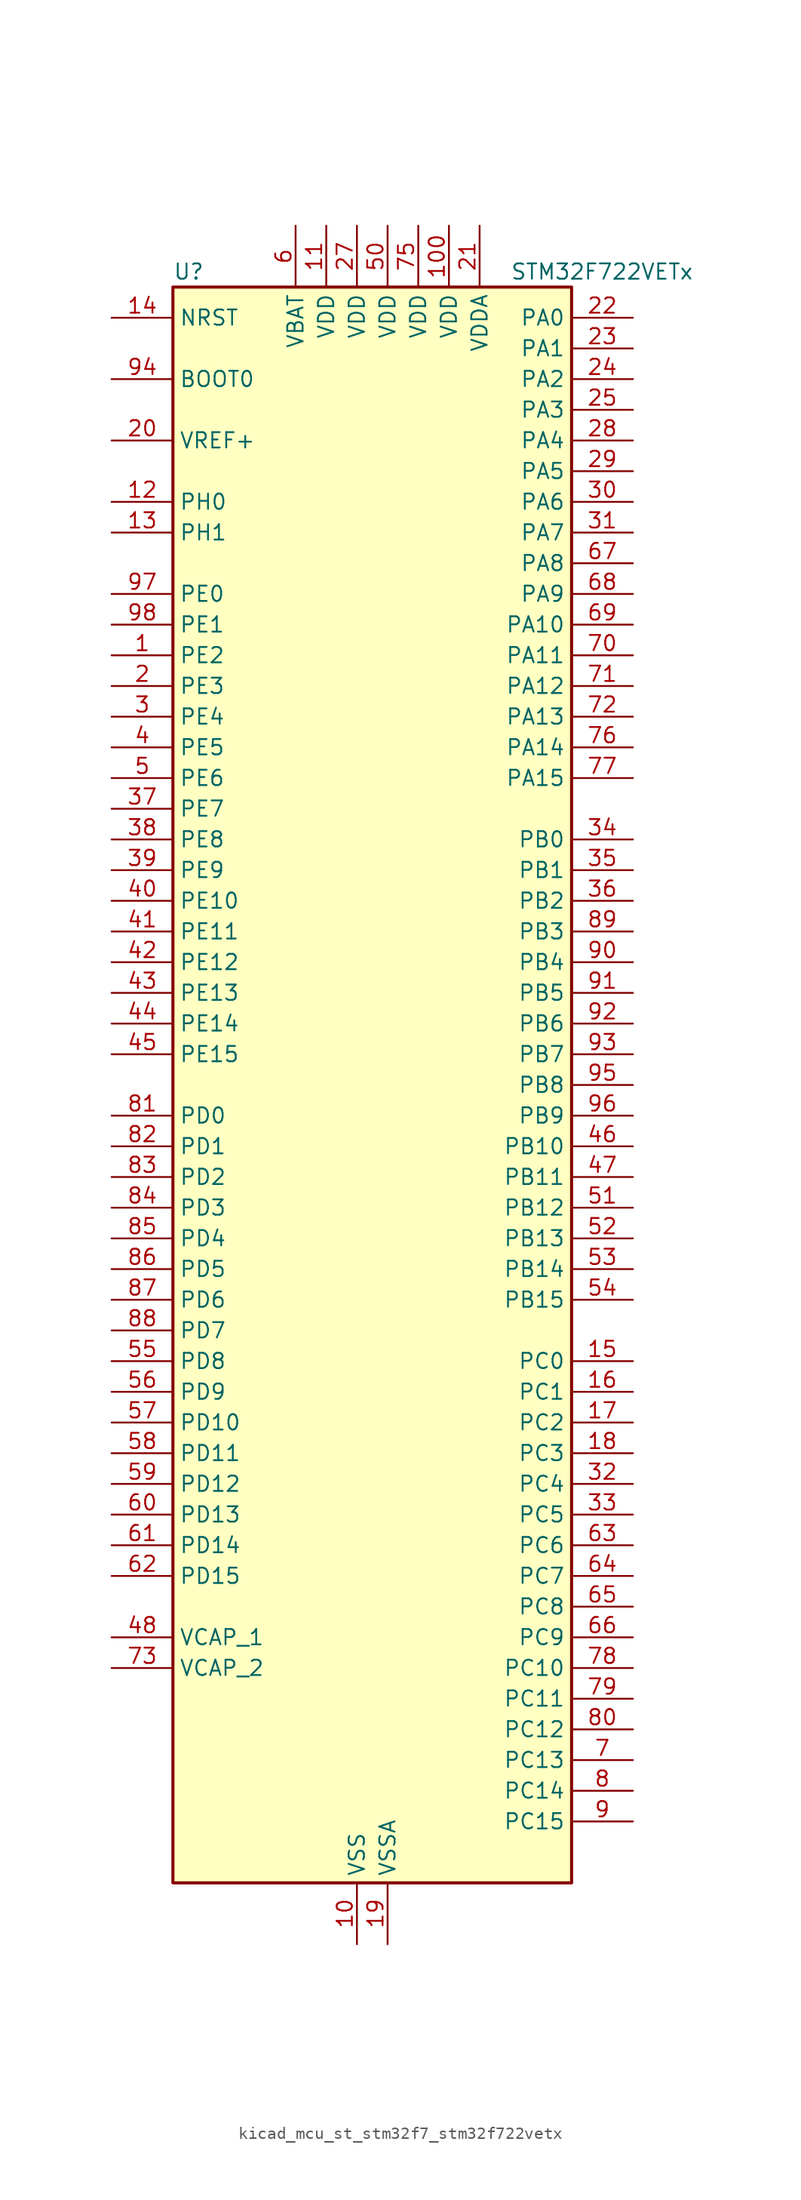
<source format=kicad_sym>
(kicad_symbol_lib
  (version 20220914)
  (generator kicad_symbol_editor)
  (symbol "kicad_mcu_st_stm32f7_stm32f722vetx"
    (property "Reference" "U"
      (at -15.24 67.31 0)
      (effects (font (size 1.27 1.27)) (justify left)))
    (property "Value" "STM32F722VETx"
      (at 12.7 67.31 0)
      (effects (font (size 1.27 1.27)) (justify left)))
    (property "ki_locked" ""
      (at 0 0 0)
      (effects (font (size 1.27 1.27))))
    (symbol "kicad_mcu_st_stm32f7_stm32f722vetx_0_1"
      (rectangle (start -15.24 -66.04) (end 17.78 66.04) (stroke (width 0.254) (type default)) (fill (type background))))
    (symbol "kicad_mcu_st_stm32f7_stm32f722vetx_1_1"
      (pin bidirectional line (at -20.32 35.56 0) (length 5.08) (name "PE2" (effects (font (size 1.27 1.27)))) (number "1" (effects (font (size 1.27 1.27)))) (alternate "FMC_A23" bidirectional line) (alternate "QUADSPI_BK1_IO2" bidirectional line) (alternate "SAI1_MCLK_A" bidirectional line) (alternate "SPI4_SCK" bidirectional line) (alternate "SYS_TRACECLK" bidirectional line))
      (pin power_in line (at 0 -71.12 90) (length 5.08) (name "VSS" (effects (font (size 1.27 1.27)))) (number "10" (effects (font (size 1.27 1.27)))))
      (pin power_in line (at 7.62 71.12 270) (length 5.08) (name "VDD" (effects (font (size 1.27 1.27)))) (number "100" (effects (font (size 1.27 1.27)))))
      (pin power_in line (at -2.54 71.12 270) (length 5.08) (name "VDD" (effects (font (size 1.27 1.27)))) (number "11" (effects (font (size 1.27 1.27)))))
      (pin bidirectional line (at -20.32 48.26 0) (length 5.08) (name "PH0" (effects (font (size 1.27 1.27)))) (number "12" (effects (font (size 1.27 1.27)))) (alternate "RCC_OSC_IN" bidirectional line))
      (pin bidirectional line (at -20.32 45.72 0) (length 5.08) (name "PH1" (effects (font (size 1.27 1.27)))) (number "13" (effects (font (size 1.27 1.27)))) (alternate "RCC_OSC_OUT" bidirectional line))
      (pin input line (at -20.32 63.5 0) (length 5.08) (name "NRST" (effects (font (size 1.27 1.27)))) (number "14" (effects (font (size 1.27 1.27)))))
      (pin bidirectional line (at 22.86 -22.86 180) (length 5.08) (name "PC0" (effects (font (size 1.27 1.27)))) (number "15" (effects (font (size 1.27 1.27)))) (alternate "ADC1_IN10" bidirectional line) (alternate "ADC2_IN10" bidirectional line) (alternate "ADC3_IN10" bidirectional line) (alternate "FMC_SDNWE" bidirectional line) (alternate "SAI2_FS_B" bidirectional line) (alternate "USB_OTG_HS_ULPI_STP" bidirectional line))
      (pin bidirectional line (at 22.86 -25.4 180) (length 5.08) (name "PC1" (effects (font (size 1.27 1.27)))) (number "16" (effects (font (size 1.27 1.27)))) (alternate "ADC1_IN11" bidirectional line) (alternate "ADC2_IN11" bidirectional line) (alternate "ADC3_IN11" bidirectional line) (alternate "I2S2_SD" bidirectional line) (alternate "RTC_TAMP3" bidirectional line) (alternate "RTC_TS" bidirectional line) (alternate "SAI1_SD_A" bidirectional line) (alternate "SPI2_MOSI" bidirectional line) (alternate "SYS_TRACED0" bidirectional line) (alternate "SYS_WKUP3" bidirectional line))
      (pin bidirectional line (at 22.86 -27.94 180) (length 5.08) (name "PC2" (effects (font (size 1.27 1.27)))) (number "17" (effects (font (size 1.27 1.27)))) (alternate "ADC1_IN12" bidirectional line) (alternate "ADC2_IN12" bidirectional line) (alternate "ADC3_IN12" bidirectional line) (alternate "FMC_SDNE0" bidirectional line) (alternate "SPI2_MISO" bidirectional line) (alternate "USB_OTG_HS_ULPI_DIR" bidirectional line))
      (pin bidirectional line (at 22.86 -30.48 180) (length 5.08) (name "PC3" (effects (font (size 1.27 1.27)))) (number "18" (effects (font (size 1.27 1.27)))) (alternate "ADC1_IN13" bidirectional line) (alternate "ADC2_IN13" bidirectional line) (alternate "ADC3_IN13" bidirectional line) (alternate "FMC_SDCKE0" bidirectional line) (alternate "I2S2_SD" bidirectional line) (alternate "SPI2_MOSI" bidirectional line) (alternate "USB_OTG_HS_ULPI_NXT" bidirectional line))
      (pin power_in line (at 2.54 -71.12 90) (length 5.08) (name "VSSA" (effects (font (size 1.27 1.27)))) (number "19" (effects (font (size 1.27 1.27)))))
      (pin bidirectional line (at -20.32 33.02 0) (length 5.08) (name "PE3" (effects (font (size 1.27 1.27)))) (number "2" (effects (font (size 1.27 1.27)))) (alternate "FMC_A19" bidirectional line) (alternate "SAI1_SD_B" bidirectional line) (alternate "SYS_TRACED0" bidirectional line))
      (pin input line (at -20.32 53.34 0) (length 5.08) (name "VREF+" (effects (font (size 1.27 1.27)))) (number "20" (effects (font (size 1.27 1.27)))))
      (pin power_in line (at 10.16 71.12 270) (length 5.08) (name "VDDA" (effects (font (size 1.27 1.27)))) (number "21" (effects (font (size 1.27 1.27)))))
      (pin bidirectional line (at 22.86 63.5 180) (length 5.08) (name "PA0" (effects (font (size 1.27 1.27)))) (number "22" (effects (font (size 1.27 1.27)))) (alternate "ADC1_IN0" bidirectional line) (alternate "ADC2_IN0" bidirectional line) (alternate "ADC3_IN0" bidirectional line) (alternate "SAI2_SD_B" bidirectional line) (alternate "SYS_WKUP1" bidirectional line) (alternate "TIM2_CH1" bidirectional line) (alternate "TIM2_ETR" bidirectional line) (alternate "TIM5_CH1" bidirectional line) (alternate "TIM8_ETR" bidirectional line) (alternate "UART4_TX" bidirectional line) (alternate "USART2_CTS" bidirectional line))
      (pin bidirectional line (at 22.86 60.96 180) (length 5.08) (name "PA1" (effects (font (size 1.27 1.27)))) (number "23" (effects (font (size 1.27 1.27)))) (alternate "ADC1_IN1" bidirectional line) (alternate "ADC2_IN1" bidirectional line) (alternate "ADC3_IN1" bidirectional line) (alternate "QUADSPI_BK1_IO3" bidirectional line) (alternate "SAI2_MCLK_B" bidirectional line) (alternate "TIM2_CH2" bidirectional line) (alternate "TIM5_CH2" bidirectional line) (alternate "UART4_RX" bidirectional line) (alternate "USART2_DE" bidirectional line) (alternate "USART2_RTS" bidirectional line))
      (pin bidirectional line (at 22.86 58.42 180) (length 5.08) (name "PA2" (effects (font (size 1.27 1.27)))) (number "24" (effects (font (size 1.27 1.27)))) (alternate "ADC1_IN2" bidirectional line) (alternate "ADC2_IN2" bidirectional line) (alternate "ADC3_IN2" bidirectional line) (alternate "SAI2_SCK_B" bidirectional line) (alternate "SYS_WKUP2" bidirectional line) (alternate "TIM2_CH3" bidirectional line) (alternate "TIM5_CH3" bidirectional line) (alternate "TIM9_CH1" bidirectional line) (alternate "USART2_TX" bidirectional line))
      (pin bidirectional line (at 22.86 55.88 180) (length 5.08) (name "PA3" (effects (font (size 1.27 1.27)))) (number "25" (effects (font (size 1.27 1.27)))) (alternate "ADC1_IN3" bidirectional line) (alternate "ADC2_IN3" bidirectional line) (alternate "ADC3_IN3" bidirectional line) (alternate "TIM2_CH4" bidirectional line) (alternate "TIM5_CH4" bidirectional line) (alternate "TIM9_CH2" bidirectional line) (alternate "USART2_RX" bidirectional line) (alternate "USB_OTG_HS_ULPI_D0" bidirectional line))
      (pin passive line (at 0 -71.12 90) (length 5.08) hide (name "VSS" (effects (font (size 1.27 1.27)))) (number "26" (effects (font (size 1.27 1.27)))))
      (pin power_in line (at 0 71.12 270) (length 5.08) (name "VDD" (effects (font (size 1.27 1.27)))) (number "27" (effects (font (size 1.27 1.27)))))
      (pin bidirectional line (at 22.86 53.34 180) (length 5.08) (name "PA4" (effects (font (size 1.27 1.27)))) (number "28" (effects (font (size 1.27 1.27)))) (alternate "ADC1_IN4" bidirectional line) (alternate "ADC2_IN4" bidirectional line) (alternate "DAC_OUT1" bidirectional line) (alternate "I2S1_WS" bidirectional line) (alternate "I2S3_WS" bidirectional line) (alternate "SPI1_NSS" bidirectional line) (alternate "SPI3_NSS" bidirectional line) (alternate "USART2_CK" bidirectional line) (alternate "USB_OTG_HS_SOF" bidirectional line))
      (pin bidirectional line (at 22.86 50.8 180) (length 5.08) (name "PA5" (effects (font (size 1.27 1.27)))) (number "29" (effects (font (size 1.27 1.27)))) (alternate "ADC1_IN5" bidirectional line) (alternate "ADC2_IN5" bidirectional line) (alternate "DAC_OUT2" bidirectional line) (alternate "I2S1_CK" bidirectional line) (alternate "SPI1_SCK" bidirectional line) (alternate "TIM2_CH1" bidirectional line) (alternate "TIM2_ETR" bidirectional line) (alternate "TIM8_CH1N" bidirectional line) (alternate "USB_OTG_HS_ULPI_CK" bidirectional line))
      (pin bidirectional line (at -20.32 30.48 0) (length 5.08) (name "PE4" (effects (font (size 1.27 1.27)))) (number "3" (effects (font (size 1.27 1.27)))) (alternate "FMC_A20" bidirectional line) (alternate "SAI1_FS_A" bidirectional line) (alternate "SPI4_NSS" bidirectional line) (alternate "SYS_TRACED1" bidirectional line))
      (pin bidirectional line (at 22.86 48.26 180) (length 5.08) (name "PA6" (effects (font (size 1.27 1.27)))) (number "30" (effects (font (size 1.27 1.27)))) (alternate "ADC1_IN6" bidirectional line) (alternate "ADC2_IN6" bidirectional line) (alternate "SPI1_MISO" bidirectional line) (alternate "TIM13_CH1" bidirectional line) (alternate "TIM1_BKIN" bidirectional line) (alternate "TIM3_CH1" bidirectional line) (alternate "TIM8_BKIN" bidirectional line))
      (pin bidirectional line (at 22.86 45.72 180) (length 5.08) (name "PA7" (effects (font (size 1.27 1.27)))) (number "31" (effects (font (size 1.27 1.27)))) (alternate "ADC1_IN7" bidirectional line) (alternate "ADC2_IN7" bidirectional line) (alternate "FMC_SDNWE" bidirectional line) (alternate "I2S1_SD" bidirectional line) (alternate "SPI1_MOSI" bidirectional line) (alternate "TIM14_CH1" bidirectional line) (alternate "TIM1_CH1N" bidirectional line) (alternate "TIM3_CH2" bidirectional line) (alternate "TIM8_CH1N" bidirectional line))
      (pin bidirectional line (at 22.86 -33.02 180) (length 5.08) (name "PC4" (effects (font (size 1.27 1.27)))) (number "32" (effects (font (size 1.27 1.27)))) (alternate "ADC1_IN14" bidirectional line) (alternate "ADC2_IN14" bidirectional line) (alternate "FMC_SDNE0" bidirectional line) (alternate "I2S1_MCK" bidirectional line))
      (pin bidirectional line (at 22.86 -35.56 180) (length 5.08) (name "PC5" (effects (font (size 1.27 1.27)))) (number "33" (effects (font (size 1.27 1.27)))) (alternate "ADC1_IN15" bidirectional line) (alternate "ADC2_IN15" bidirectional line) (alternate "FMC_SDCKE0" bidirectional line))
      (pin bidirectional line (at 22.86 20.32 180) (length 5.08) (name "PB0" (effects (font (size 1.27 1.27)))) (number "34" (effects (font (size 1.27 1.27)))) (alternate "ADC1_IN8" bidirectional line) (alternate "ADC2_IN8" bidirectional line) (alternate "TIM1_CH2N" bidirectional line) (alternate "TIM3_CH3" bidirectional line) (alternate "TIM8_CH2N" bidirectional line) (alternate "UART4_CTS" bidirectional line) (alternate "USB_OTG_HS_ULPI_D1" bidirectional line))
      (pin bidirectional line (at 22.86 17.78 180) (length 5.08) (name "PB1" (effects (font (size 1.27 1.27)))) (number "35" (effects (font (size 1.27 1.27)))) (alternate "ADC1_IN9" bidirectional line) (alternate "ADC2_IN9" bidirectional line) (alternate "TIM1_CH3N" bidirectional line) (alternate "TIM3_CH4" bidirectional line) (alternate "TIM8_CH3N" bidirectional line) (alternate "USB_OTG_HS_ULPI_D2" bidirectional line))
      (pin bidirectional line (at 22.86 15.24 180) (length 5.08) (name "PB2" (effects (font (size 1.27 1.27)))) (number "36" (effects (font (size 1.27 1.27)))) (alternate "I2S3_SD" bidirectional line) (alternate "QUADSPI_CLK" bidirectional line) (alternate "SAI1_SD_A" bidirectional line) (alternate "SPI3_MOSI" bidirectional line))
      (pin bidirectional line (at -20.32 22.86 0) (length 5.08) (name "PE7" (effects (font (size 1.27 1.27)))) (number "37" (effects (font (size 1.27 1.27)))) (alternate "FMC_D4" bidirectional line) (alternate "FMC_DA4" bidirectional line) (alternate "QUADSPI_BK2_IO0" bidirectional line) (alternate "TIM1_ETR" bidirectional line) (alternate "UART7_RX" bidirectional line))
      (pin bidirectional line (at -20.32 20.32 0) (length 5.08) (name "PE8" (effects (font (size 1.27 1.27)))) (number "38" (effects (font (size 1.27 1.27)))) (alternate "FMC_D5" bidirectional line) (alternate "FMC_DA5" bidirectional line) (alternate "QUADSPI_BK2_IO1" bidirectional line) (alternate "TIM1_CH1N" bidirectional line) (alternate "UART7_TX" bidirectional line))
      (pin bidirectional line (at -20.32 17.78 0) (length 5.08) (name "PE9" (effects (font (size 1.27 1.27)))) (number "39" (effects (font (size 1.27 1.27)))) (alternate "DAC_EXTI9" bidirectional line) (alternate "FMC_D6" bidirectional line) (alternate "FMC_DA6" bidirectional line) (alternate "QUADSPI_BK2_IO2" bidirectional line) (alternate "TIM1_CH1" bidirectional line) (alternate "UART7_DE" bidirectional line) (alternate "UART7_RTS" bidirectional line))
      (pin bidirectional line (at -20.32 27.94 0) (length 5.08) (name "PE5" (effects (font (size 1.27 1.27)))) (number "4" (effects (font (size 1.27 1.27)))) (alternate "FMC_A21" bidirectional line) (alternate "SAI1_SCK_A" bidirectional line) (alternate "SPI4_MISO" bidirectional line) (alternate "SYS_TRACED2" bidirectional line) (alternate "TIM9_CH1" bidirectional line))
      (pin bidirectional line (at -20.32 15.24 0) (length 5.08) (name "PE10" (effects (font (size 1.27 1.27)))) (number "40" (effects (font (size 1.27 1.27)))) (alternate "FMC_D7" bidirectional line) (alternate "FMC_DA7" bidirectional line) (alternate "QUADSPI_BK2_IO3" bidirectional line) (alternate "TIM1_CH2N" bidirectional line) (alternate "UART7_CTS" bidirectional line))
      (pin bidirectional line (at -20.32 12.7 0) (length 5.08) (name "PE11" (effects (font (size 1.27 1.27)))) (number "41" (effects (font (size 1.27 1.27)))) (alternate "ADC1_EXTI11" bidirectional line) (alternate "ADC2_EXTI11" bidirectional line) (alternate "ADC3_EXTI11" bidirectional line) (alternate "FMC_D8" bidirectional line) (alternate "FMC_DA8" bidirectional line) (alternate "SAI2_SD_B" bidirectional line) (alternate "SPI4_NSS" bidirectional line) (alternate "TIM1_CH2" bidirectional line))
      (pin bidirectional line (at -20.32 10.16 0) (length 5.08) (name "PE12" (effects (font (size 1.27 1.27)))) (number "42" (effects (font (size 1.27 1.27)))) (alternate "FMC_D9" bidirectional line) (alternate "FMC_DA9" bidirectional line) (alternate "SAI2_SCK_B" bidirectional line) (alternate "SPI4_SCK" bidirectional line) (alternate "TIM1_CH3N" bidirectional line))
      (pin bidirectional line (at -20.32 7.62 0) (length 5.08) (name "PE13" (effects (font (size 1.27 1.27)))) (number "43" (effects (font (size 1.27 1.27)))) (alternate "FMC_D10" bidirectional line) (alternate "FMC_DA10" bidirectional line) (alternate "SAI2_FS_B" bidirectional line) (alternate "SPI4_MISO" bidirectional line) (alternate "TIM1_CH3" bidirectional line))
      (pin bidirectional line (at -20.32 5.08 0) (length 5.08) (name "PE14" (effects (font (size 1.27 1.27)))) (number "44" (effects (font (size 1.27 1.27)))) (alternate "FMC_D11" bidirectional line) (alternate "FMC_DA11" bidirectional line) (alternate "SAI2_MCLK_B" bidirectional line) (alternate "SPI4_MOSI" bidirectional line) (alternate "TIM1_CH4" bidirectional line))
      (pin bidirectional line (at -20.32 2.54 0) (length 5.08) (name "PE15" (effects (font (size 1.27 1.27)))) (number "45" (effects (font (size 1.27 1.27)))) (alternate "FMC_D12" bidirectional line) (alternate "FMC_DA12" bidirectional line) (alternate "TIM1_BKIN" bidirectional line))
      (pin bidirectional line (at 22.86 -5.08 180) (length 5.08) (name "PB10" (effects (font (size 1.27 1.27)))) (number "46" (effects (font (size 1.27 1.27)))) (alternate "I2C2_SCL" bidirectional line) (alternate "I2S2_CK" bidirectional line) (alternate "SPI2_SCK" bidirectional line) (alternate "TIM2_CH3" bidirectional line) (alternate "USART3_TX" bidirectional line) (alternate "USB_OTG_HS_ULPI_D3" bidirectional line))
      (pin bidirectional line (at 22.86 -7.62 180) (length 5.08) (name "PB11" (effects (font (size 1.27 1.27)))) (number "47" (effects (font (size 1.27 1.27)))) (alternate "ADC1_EXTI11" bidirectional line) (alternate "ADC2_EXTI11" bidirectional line) (alternate "ADC3_EXTI11" bidirectional line) (alternate "I2C2_SDA" bidirectional line) (alternate "TIM2_CH4" bidirectional line) (alternate "USART3_RX" bidirectional line) (alternate "USB_OTG_HS_ULPI_D4" bidirectional line))
      (pin power_out line (at -20.32 -45.72 0) (length 5.08) (name "VCAP_1" (effects (font (size 1.27 1.27)))) (number "48" (effects (font (size 1.27 1.27)))))
      (pin passive line (at 0 -71.12 90) (length 5.08) hide (name "VSS" (effects (font (size 1.27 1.27)))) (number "49" (effects (font (size 1.27 1.27)))))
      (pin bidirectional line (at -20.32 25.4 0) (length 5.08) (name "PE6" (effects (font (size 1.27 1.27)))) (number "5" (effects (font (size 1.27 1.27)))) (alternate "FMC_A22" bidirectional line) (alternate "SAI1_SD_A" bidirectional line) (alternate "SAI2_MCLK_B" bidirectional line) (alternate "SPI4_MOSI" bidirectional line) (alternate "SYS_TRACED3" bidirectional line) (alternate "TIM1_BKIN2" bidirectional line) (alternate "TIM9_CH2" bidirectional line))
      (pin power_in line (at 2.54 71.12 270) (length 5.08) (name "VDD" (effects (font (size 1.27 1.27)))) (number "50" (effects (font (size 1.27 1.27)))))
      (pin bidirectional line (at 22.86 -10.16 180) (length 5.08) (name "PB12" (effects (font (size 1.27 1.27)))) (number "51" (effects (font (size 1.27 1.27)))) (alternate "I2C2_SMBA" bidirectional line) (alternate "I2S2_WS" bidirectional line) (alternate "SPI2_NSS" bidirectional line) (alternate "TIM1_BKIN" bidirectional line) (alternate "USART3_CK" bidirectional line) (alternate "USB_OTG_HS_ID" bidirectional line) (alternate "USB_OTG_HS_ULPI_D5" bidirectional line))
      (pin bidirectional line (at 22.86 -12.7 180) (length 5.08) (name "PB13" (effects (font (size 1.27 1.27)))) (number "52" (effects (font (size 1.27 1.27)))) (alternate "I2S2_CK" bidirectional line) (alternate "SPI2_SCK" bidirectional line) (alternate "TIM1_CH1N" bidirectional line) (alternate "USART3_CTS" bidirectional line) (alternate "USB_OTG_HS_ULPI_D6" bidirectional line) (alternate "USB_OTG_HS_VBUS" bidirectional line))
      (pin bidirectional line (at 22.86 -15.24 180) (length 5.08) (name "PB14" (effects (font (size 1.27 1.27)))) (number "53" (effects (font (size 1.27 1.27)))) (alternate "SDMMC2_D0" bidirectional line) (alternate "SPI2_MISO" bidirectional line) (alternate "TIM12_CH1" bidirectional line) (alternate "TIM1_CH2N" bidirectional line) (alternate "TIM8_CH2N" bidirectional line) (alternate "USART3_DE" bidirectional line) (alternate "USART3_RTS" bidirectional line) (alternate "USB_OTG_HS_DM" bidirectional line))
      (pin bidirectional line (at 22.86 -17.78 180) (length 5.08) (name "PB15" (effects (font (size 1.27 1.27)))) (number "54" (effects (font (size 1.27 1.27)))) (alternate "I2S2_SD" bidirectional line) (alternate "RTC_REFIN" bidirectional line) (alternate "SDMMC2_D1" bidirectional line) (alternate "SPI2_MOSI" bidirectional line) (alternate "TIM12_CH2" bidirectional line) (alternate "TIM1_CH3N" bidirectional line) (alternate "TIM8_CH3N" bidirectional line) (alternate "USB_OTG_HS_DP" bidirectional line))
      (pin bidirectional line (at -20.32 -22.86 0) (length 5.08) (name "PD8" (effects (font (size 1.27 1.27)))) (number "55" (effects (font (size 1.27 1.27)))) (alternate "FMC_D13" bidirectional line) (alternate "FMC_DA13" bidirectional line) (alternate "USART3_TX" bidirectional line))
      (pin bidirectional line (at -20.32 -25.4 0) (length 5.08) (name "PD9" (effects (font (size 1.27 1.27)))) (number "56" (effects (font (size 1.27 1.27)))) (alternate "DAC_EXTI9" bidirectional line) (alternate "FMC_D14" bidirectional line) (alternate "FMC_DA14" bidirectional line) (alternate "USART3_RX" bidirectional line))
      (pin bidirectional line (at -20.32 -27.94 0) (length 5.08) (name "PD10" (effects (font (size 1.27 1.27)))) (number "57" (effects (font (size 1.27 1.27)))) (alternate "FMC_D15" bidirectional line) (alternate "FMC_DA15" bidirectional line) (alternate "USART3_CK" bidirectional line))
      (pin bidirectional line (at -20.32 -30.48 0) (length 5.08) (name "PD11" (effects (font (size 1.27 1.27)))) (number "58" (effects (font (size 1.27 1.27)))) (alternate "ADC1_EXTI11" bidirectional line) (alternate "ADC2_EXTI11" bidirectional line) (alternate "ADC3_EXTI11" bidirectional line) (alternate "FMC_A16" bidirectional line) (alternate "FMC_CLE" bidirectional line) (alternate "QUADSPI_BK1_IO0" bidirectional line) (alternate "SAI2_SD_A" bidirectional line) (alternate "USART3_CTS" bidirectional line))
      (pin bidirectional line (at -20.32 -33.02 0) (length 5.08) (name "PD12" (effects (font (size 1.27 1.27)))) (number "59" (effects (font (size 1.27 1.27)))) (alternate "FMC_A17" bidirectional line) (alternate "FMC_ALE" bidirectional line) (alternate "LPTIM1_IN1" bidirectional line) (alternate "QUADSPI_BK1_IO1" bidirectional line) (alternate "SAI2_FS_A" bidirectional line) (alternate "TIM4_CH1" bidirectional line) (alternate "USART3_DE" bidirectional line) (alternate "USART3_RTS" bidirectional line))
      (pin power_in line (at -5.08 71.12 270) (length 5.08) (name "VBAT" (effects (font (size 1.27 1.27)))) (number "6" (effects (font (size 1.27 1.27)))))
      (pin bidirectional line (at -20.32 -35.56 0) (length 5.08) (name "PD13" (effects (font (size 1.27 1.27)))) (number "60" (effects (font (size 1.27 1.27)))) (alternate "FMC_A18" bidirectional line) (alternate "LPTIM1_OUT" bidirectional line) (alternate "QUADSPI_BK1_IO3" bidirectional line) (alternate "SAI2_SCK_A" bidirectional line) (alternate "TIM4_CH2" bidirectional line))
      (pin bidirectional line (at -20.32 -38.1 0) (length 5.08) (name "PD14" (effects (font (size 1.27 1.27)))) (number "61" (effects (font (size 1.27 1.27)))) (alternate "FMC_D0" bidirectional line) (alternate "FMC_DA0" bidirectional line) (alternate "TIM4_CH3" bidirectional line) (alternate "UART8_CTS" bidirectional line))
      (pin bidirectional line (at -20.32 -40.64 0) (length 5.08) (name "PD15" (effects (font (size 1.27 1.27)))) (number "62" (effects (font (size 1.27 1.27)))) (alternate "FMC_D1" bidirectional line) (alternate "FMC_DA1" bidirectional line) (alternate "TIM4_CH4" bidirectional line) (alternate "UART8_DE" bidirectional line) (alternate "UART8_RTS" bidirectional line))
      (pin bidirectional line (at 22.86 -38.1 180) (length 5.08) (name "PC6" (effects (font (size 1.27 1.27)))) (number "63" (effects (font (size 1.27 1.27)))) (alternate "I2S2_MCK" bidirectional line) (alternate "SDMMC1_D6" bidirectional line) (alternate "SDMMC2_D6" bidirectional line) (alternate "TIM3_CH1" bidirectional line) (alternate "TIM8_CH1" bidirectional line) (alternate "USART6_TX" bidirectional line))
      (pin bidirectional line (at 22.86 -40.64 180) (length 5.08) (name "PC7" (effects (font (size 1.27 1.27)))) (number "64" (effects (font (size 1.27 1.27)))) (alternate "I2S3_MCK" bidirectional line) (alternate "SDMMC1_D7" bidirectional line) (alternate "SDMMC2_D7" bidirectional line) (alternate "TIM3_CH2" bidirectional line) (alternate "TIM8_CH2" bidirectional line) (alternate "USART6_RX" bidirectional line))
      (pin bidirectional line (at 22.86 -43.18 180) (length 5.08) (name "PC8" (effects (font (size 1.27 1.27)))) (number "65" (effects (font (size 1.27 1.27)))) (alternate "SDMMC1_D0" bidirectional line) (alternate "SYS_TRACED1" bidirectional line) (alternate "TIM3_CH3" bidirectional line) (alternate "TIM8_CH3" bidirectional line) (alternate "UART5_DE" bidirectional line) (alternate "UART5_RTS" bidirectional line) (alternate "USART6_CK" bidirectional line))
      (pin bidirectional line (at 22.86 -45.72 180) (length 5.08) (name "PC9" (effects (font (size 1.27 1.27)))) (number "66" (effects (font (size 1.27 1.27)))) (alternate "DAC_EXTI9" bidirectional line) (alternate "I2C3_SDA" bidirectional line) (alternate "I2S_CKIN" bidirectional line) (alternate "QUADSPI_BK1_IO0" bidirectional line) (alternate "RCC_MCO_2" bidirectional line) (alternate "SDMMC1_D1" bidirectional line) (alternate "TIM3_CH4" bidirectional line) (alternate "TIM8_CH4" bidirectional line) (alternate "UART5_CTS" bidirectional line))
      (pin bidirectional line (at 22.86 43.18 180) (length 5.08) (name "PA8" (effects (font (size 1.27 1.27)))) (number "67" (effects (font (size 1.27 1.27)))) (alternate "I2C3_SCL" bidirectional line) (alternate "RCC_MCO_1" bidirectional line) (alternate "TIM1_CH1" bidirectional line) (alternate "TIM8_BKIN2" bidirectional line) (alternate "USART1_CK" bidirectional line) (alternate "USB_OTG_FS_SOF" bidirectional line))
      (pin bidirectional line (at 22.86 40.64 180) (length 5.08) (name "PA9" (effects (font (size 1.27 1.27)))) (number "68" (effects (font (size 1.27 1.27)))) (alternate "DAC_EXTI9" bidirectional line) (alternate "I2C3_SMBA" bidirectional line) (alternate "I2S2_CK" bidirectional line) (alternate "SPI2_SCK" bidirectional line) (alternate "TIM1_CH2" bidirectional line) (alternate "USART1_TX" bidirectional line) (alternate "USB_OTG_FS_VBUS" bidirectional line))
      (pin bidirectional line (at 22.86 38.1 180) (length 5.08) (name "PA10" (effects (font (size 1.27 1.27)))) (number "69" (effects (font (size 1.27 1.27)))) (alternate "TIM1_CH3" bidirectional line) (alternate "USART1_RX" bidirectional line) (alternate "USB_OTG_FS_ID" bidirectional line))
      (pin bidirectional line (at 22.86 -55.88 180) (length 5.08) (name "PC13" (effects (font (size 1.27 1.27)))) (number "7" (effects (font (size 1.27 1.27)))) (alternate "RTC_OUT" bidirectional line) (alternate "RTC_TAMP1" bidirectional line) (alternate "RTC_TS" bidirectional line) (alternate "SYS_WKUP4" bidirectional line))
      (pin bidirectional line (at 22.86 35.56 180) (length 5.08) (name "PA11" (effects (font (size 1.27 1.27)))) (number "70" (effects (font (size 1.27 1.27)))) (alternate "ADC1_EXTI11" bidirectional line) (alternate "ADC2_EXTI11" bidirectional line) (alternate "ADC3_EXTI11" bidirectional line) (alternate "CAN1_RX" bidirectional line) (alternate "TIM1_CH4" bidirectional line) (alternate "USART1_CTS" bidirectional line) (alternate "USB_OTG_FS_DM" bidirectional line))
      (pin bidirectional line (at 22.86 33.02 180) (length 5.08) (name "PA12" (effects (font (size 1.27 1.27)))) (number "71" (effects (font (size 1.27 1.27)))) (alternate "CAN1_TX" bidirectional line) (alternate "SAI2_FS_B" bidirectional line) (alternate "TIM1_ETR" bidirectional line) (alternate "USART1_DE" bidirectional line) (alternate "USART1_RTS" bidirectional line) (alternate "USB_OTG_FS_DP" bidirectional line))
      (pin bidirectional line (at 22.86 30.48 180) (length 5.08) (name "PA13" (effects (font (size 1.27 1.27)))) (number "72" (effects (font (size 1.27 1.27)))) (alternate "SYS_JTMS-SWDIO" bidirectional line))
      (pin power_out line (at -20.32 -48.26 0) (length 5.08) (name "VCAP_2" (effects (font (size 1.27 1.27)))) (number "73" (effects (font (size 1.27 1.27)))))
      (pin passive line (at 0 -71.12 90) (length 5.08) hide (name "VSS" (effects (font (size 1.27 1.27)))) (number "74" (effects (font (size 1.27 1.27)))))
      (pin power_in line (at 5.08 71.12 270) (length 5.08) (name "VDD" (effects (font (size 1.27 1.27)))) (number "75" (effects (font (size 1.27 1.27)))))
      (pin bidirectional line (at 22.86 27.94 180) (length 5.08) (name "PA14" (effects (font (size 1.27 1.27)))) (number "76" (effects (font (size 1.27 1.27)))) (alternate "SYS_JTCK-SWCLK" bidirectional line))
      (pin bidirectional line (at 22.86 25.4 180) (length 5.08) (name "PA15" (effects (font (size 1.27 1.27)))) (number "77" (effects (font (size 1.27 1.27)))) (alternate "I2S1_WS" bidirectional line) (alternate "I2S3_WS" bidirectional line) (alternate "SPI1_NSS" bidirectional line) (alternate "SPI3_NSS" bidirectional line) (alternate "SYS_JTDI" bidirectional line) (alternate "TIM2_CH1" bidirectional line) (alternate "TIM2_ETR" bidirectional line) (alternate "UART4_DE" bidirectional line) (alternate "UART4_RTS" bidirectional line))
      (pin bidirectional line (at 22.86 -48.26 180) (length 5.08) (name "PC10" (effects (font (size 1.27 1.27)))) (number "78" (effects (font (size 1.27 1.27)))) (alternate "I2S3_CK" bidirectional line) (alternate "QUADSPI_BK1_IO1" bidirectional line) (alternate "SDMMC1_D2" bidirectional line) (alternate "SPI3_SCK" bidirectional line) (alternate "UART4_TX" bidirectional line) (alternate "USART3_TX" bidirectional line))
      (pin bidirectional line (at 22.86 -50.8 180) (length 5.08) (name "PC11" (effects (font (size 1.27 1.27)))) (number "79" (effects (font (size 1.27 1.27)))) (alternate "ADC1_EXTI11" bidirectional line) (alternate "ADC2_EXTI11" bidirectional line) (alternate "ADC3_EXTI11" bidirectional line) (alternate "QUADSPI_BK2_NCS" bidirectional line) (alternate "SDMMC1_D3" bidirectional line) (alternate "SPI3_MISO" bidirectional line) (alternate "UART4_RX" bidirectional line) (alternate "USART3_RX" bidirectional line))
      (pin bidirectional line (at 22.86 -58.42 180) (length 5.08) (name "PC14" (effects (font (size 1.27 1.27)))) (number "8" (effects (font (size 1.27 1.27)))) (alternate "RCC_OSC32_IN" bidirectional line))
      (pin bidirectional line (at 22.86 -53.34 180) (length 5.08) (name "PC12" (effects (font (size 1.27 1.27)))) (number "80" (effects (font (size 1.27 1.27)))) (alternate "I2S3_SD" bidirectional line) (alternate "SDMMC1_CK" bidirectional line) (alternate "SPI3_MOSI" bidirectional line) (alternate "SYS_TRACED3" bidirectional line) (alternate "UART5_TX" bidirectional line) (alternate "USART3_CK" bidirectional line))
      (pin bidirectional line (at -20.32 -2.54 0) (length 5.08) (name "PD0" (effects (font (size 1.27 1.27)))) (number "81" (effects (font (size 1.27 1.27)))) (alternate "CAN1_RX" bidirectional line) (alternate "FMC_D2" bidirectional line) (alternate "FMC_DA2" bidirectional line))
      (pin bidirectional line (at -20.32 -5.08 0) (length 5.08) (name "PD1" (effects (font (size 1.27 1.27)))) (number "82" (effects (font (size 1.27 1.27)))) (alternate "CAN1_TX" bidirectional line) (alternate "FMC_D3" bidirectional line) (alternate "FMC_DA3" bidirectional line))
      (pin bidirectional line (at -20.32 -7.62 0) (length 5.08) (name "PD2" (effects (font (size 1.27 1.27)))) (number "83" (effects (font (size 1.27 1.27)))) (alternate "SDMMC1_CMD" bidirectional line) (alternate "SYS_TRACED2" bidirectional line) (alternate "TIM3_ETR" bidirectional line) (alternate "UART5_RX" bidirectional line))
      (pin bidirectional line (at -20.32 -10.16 0) (length 5.08) (name "PD3" (effects (font (size 1.27 1.27)))) (number "84" (effects (font (size 1.27 1.27)))) (alternate "FMC_CLK" bidirectional line) (alternate "I2S2_CK" bidirectional line) (alternate "SPI2_SCK" bidirectional line) (alternate "USART2_CTS" bidirectional line))
      (pin bidirectional line (at -20.32 -12.7 0) (length 5.08) (name "PD4" (effects (font (size 1.27 1.27)))) (number "85" (effects (font (size 1.27 1.27)))) (alternate "FMC_NOE" bidirectional line) (alternate "USART2_DE" bidirectional line) (alternate "USART2_RTS" bidirectional line))
      (pin bidirectional line (at -20.32 -15.24 0) (length 5.08) (name "PD5" (effects (font (size 1.27 1.27)))) (number "86" (effects (font (size 1.27 1.27)))) (alternate "FMC_NWE" bidirectional line) (alternate "USART2_TX" bidirectional line))
      (pin bidirectional line (at -20.32 -17.78 0) (length 5.08) (name "PD6" (effects (font (size 1.27 1.27)))) (number "87" (effects (font (size 1.27 1.27)))) (alternate "FMC_NWAIT" bidirectional line) (alternate "I2S3_SD" bidirectional line) (alternate "SAI1_SD_A" bidirectional line) (alternate "SDMMC2_CK" bidirectional line) (alternate "SPI3_MOSI" bidirectional line) (alternate "USART2_RX" bidirectional line))
      (pin bidirectional line (at -20.32 -20.32 0) (length 5.08) (name "PD7" (effects (font (size 1.27 1.27)))) (number "88" (effects (font (size 1.27 1.27)))) (alternate "FMC_NE1" bidirectional line) (alternate "SDMMC2_CMD" bidirectional line) (alternate "USART2_CK" bidirectional line))
      (pin bidirectional line (at 22.86 12.7 180) (length 5.08) (name "PB3" (effects (font (size 1.27 1.27)))) (number "89" (effects (font (size 1.27 1.27)))) (alternate "I2S1_CK" bidirectional line) (alternate "I2S3_CK" bidirectional line) (alternate "SDMMC2_D2" bidirectional line) (alternate "SPI1_SCK" bidirectional line) (alternate "SPI3_SCK" bidirectional line) (alternate "SYS_JTDO-SWO" bidirectional line) (alternate "TIM2_CH2" bidirectional line))
      (pin bidirectional line (at 22.86 -60.96 180) (length 5.08) (name "PC15" (effects (font (size 1.27 1.27)))) (number "9" (effects (font (size 1.27 1.27)))) (alternate "RCC_OSC32_OUT" bidirectional line))
      (pin bidirectional line (at 22.86 10.16 180) (length 5.08) (name "PB4" (effects (font (size 1.27 1.27)))) (number "90" (effects (font (size 1.27 1.27)))) (alternate "I2S2_WS" bidirectional line) (alternate "SDMMC2_D3" bidirectional line) (alternate "SPI1_MISO" bidirectional line) (alternate "SPI2_NSS" bidirectional line) (alternate "SPI3_MISO" bidirectional line) (alternate "SYS_JTRST" bidirectional line) (alternate "TIM3_CH1" bidirectional line))
      (pin bidirectional line (at 22.86 7.62 180) (length 5.08) (name "PB5" (effects (font (size 1.27 1.27)))) (number "91" (effects (font (size 1.27 1.27)))) (alternate "FMC_SDCKE1" bidirectional line) (alternate "I2C1_SMBA" bidirectional line) (alternate "I2S1_SD" bidirectional line) (alternate "I2S3_SD" bidirectional line) (alternate "SPI1_MOSI" bidirectional line) (alternate "SPI3_MOSI" bidirectional line) (alternate "TIM3_CH2" bidirectional line) (alternate "USB_OTG_HS_ULPI_D7" bidirectional line))
      (pin bidirectional line (at 22.86 5.08 180) (length 5.08) (name "PB6" (effects (font (size 1.27 1.27)))) (number "92" (effects (font (size 1.27 1.27)))) (alternate "FMC_SDNE1" bidirectional line) (alternate "I2C1_SCL" bidirectional line) (alternate "QUADSPI_BK1_NCS" bidirectional line) (alternate "TIM4_CH1" bidirectional line) (alternate "USART1_TX" bidirectional line))
      (pin bidirectional line (at 22.86 2.54 180) (length 5.08) (name "PB7" (effects (font (size 1.27 1.27)))) (number "93" (effects (font (size 1.27 1.27)))) (alternate "FMC_NL" bidirectional line) (alternate "I2C1_SDA" bidirectional line) (alternate "TIM4_CH2" bidirectional line) (alternate "USART1_RX" bidirectional line))
      (pin input line (at -20.32 58.42 0) (length 5.08) (name "BOOT0" (effects (font (size 1.27 1.27)))) (number "94" (effects (font (size 1.27 1.27)))))
      (pin bidirectional line (at 22.86 0 180) (length 5.08) (name "PB8" (effects (font (size 1.27 1.27)))) (number "95" (effects (font (size 1.27 1.27)))) (alternate "CAN1_RX" bidirectional line) (alternate "I2C1_SCL" bidirectional line) (alternate "SDMMC1_D4" bidirectional line) (alternate "SDMMC2_D4" bidirectional line) (alternate "TIM10_CH1" bidirectional line) (alternate "TIM4_CH3" bidirectional line))
      (pin bidirectional line (at 22.86 -2.54 180) (length 5.08) (name "PB9" (effects (font (size 1.27 1.27)))) (number "96" (effects (font (size 1.27 1.27)))) (alternate "CAN1_TX" bidirectional line) (alternate "DAC_EXTI9" bidirectional line) (alternate "I2C1_SDA" bidirectional line) (alternate "I2S2_WS" bidirectional line) (alternate "SDMMC1_D5" bidirectional line) (alternate "SDMMC2_D5" bidirectional line) (alternate "SPI2_NSS" bidirectional line) (alternate "TIM11_CH1" bidirectional line) (alternate "TIM4_CH4" bidirectional line))
      (pin bidirectional line (at -20.32 40.64 0) (length 5.08) (name "PE0" (effects (font (size 1.27 1.27)))) (number "97" (effects (font (size 1.27 1.27)))) (alternate "FMC_NBL0" bidirectional line) (alternate "LPTIM1_ETR" bidirectional line) (alternate "SAI2_MCLK_A" bidirectional line) (alternate "TIM4_ETR" bidirectional line) (alternate "UART8_RX" bidirectional line))
      (pin bidirectional line (at -20.32 38.1 0) (length 5.08) (name "PE1" (effects (font (size 1.27 1.27)))) (number "98" (effects (font (size 1.27 1.27)))) (alternate "FMC_NBL1" bidirectional line) (alternate "LPTIM1_IN2" bidirectional line) (alternate "UART8_TX" bidirectional line))
      (pin passive line (at 0 -71.12 90) (length 5.08) hide (name "VSS" (effects (font (size 1.27 1.27)))) (number "99" (effects (font (size 1.27 1.27))))))))
</source>
